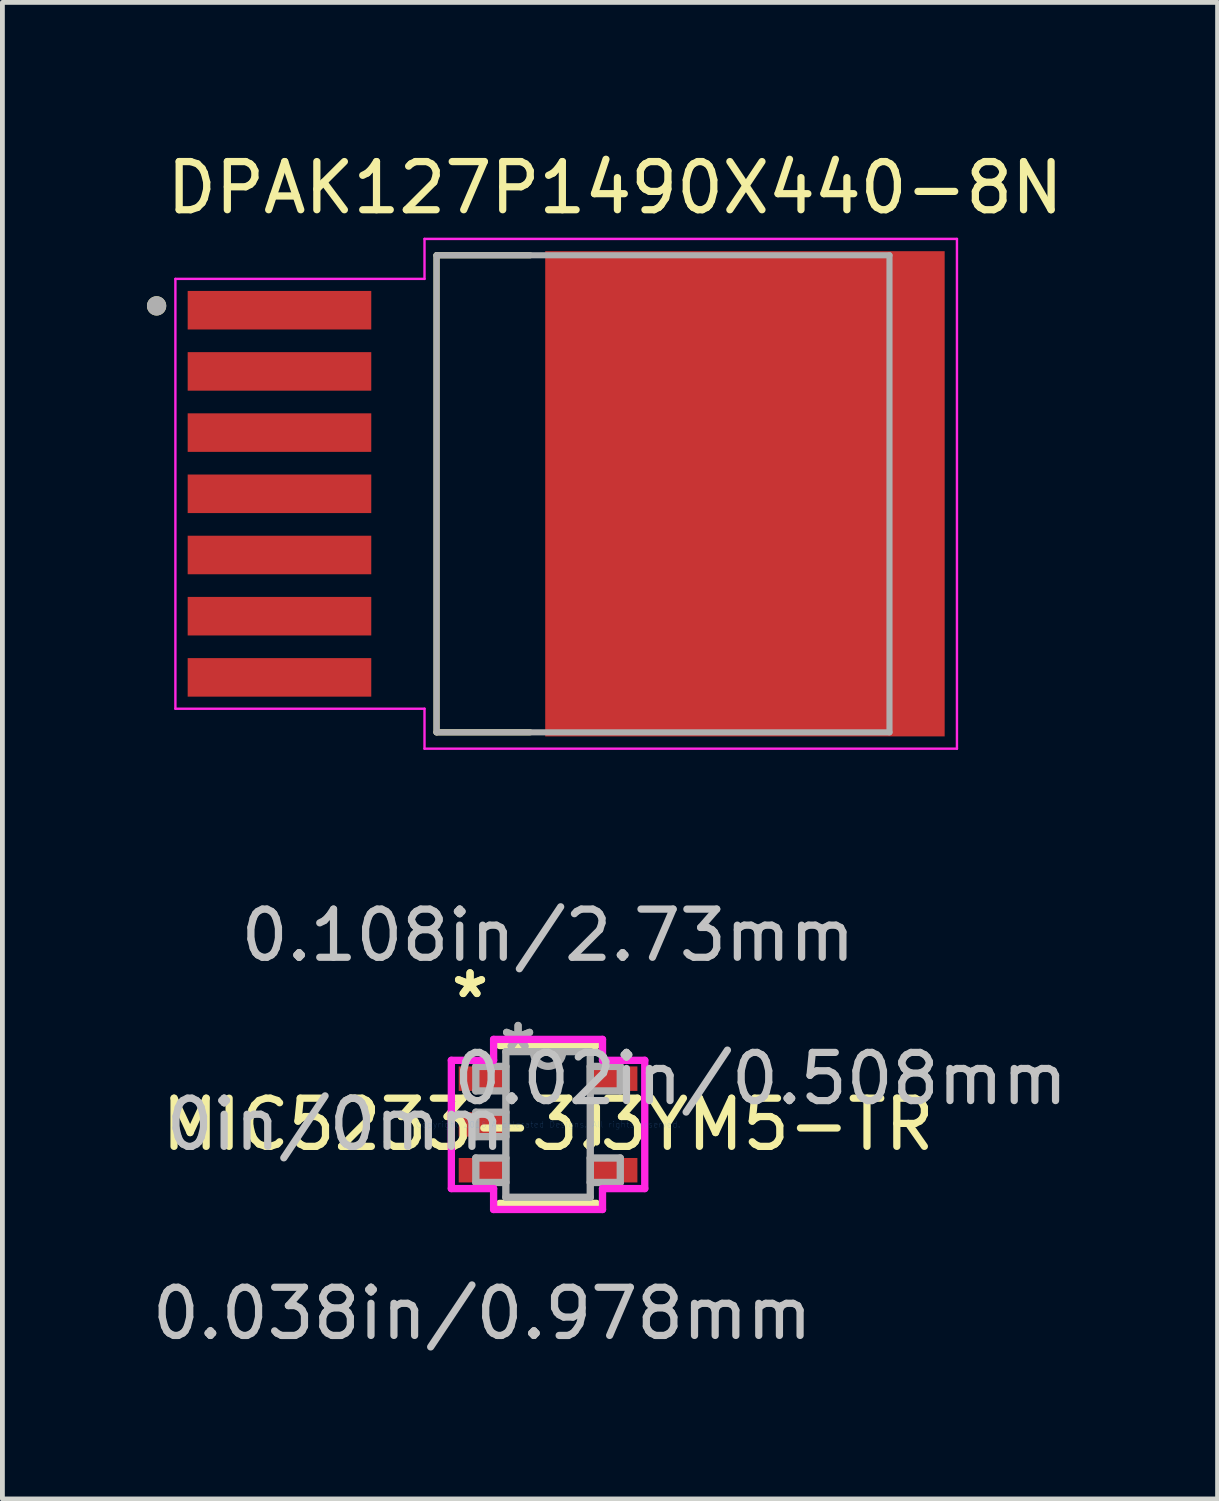
<source format=kicad_pcb>
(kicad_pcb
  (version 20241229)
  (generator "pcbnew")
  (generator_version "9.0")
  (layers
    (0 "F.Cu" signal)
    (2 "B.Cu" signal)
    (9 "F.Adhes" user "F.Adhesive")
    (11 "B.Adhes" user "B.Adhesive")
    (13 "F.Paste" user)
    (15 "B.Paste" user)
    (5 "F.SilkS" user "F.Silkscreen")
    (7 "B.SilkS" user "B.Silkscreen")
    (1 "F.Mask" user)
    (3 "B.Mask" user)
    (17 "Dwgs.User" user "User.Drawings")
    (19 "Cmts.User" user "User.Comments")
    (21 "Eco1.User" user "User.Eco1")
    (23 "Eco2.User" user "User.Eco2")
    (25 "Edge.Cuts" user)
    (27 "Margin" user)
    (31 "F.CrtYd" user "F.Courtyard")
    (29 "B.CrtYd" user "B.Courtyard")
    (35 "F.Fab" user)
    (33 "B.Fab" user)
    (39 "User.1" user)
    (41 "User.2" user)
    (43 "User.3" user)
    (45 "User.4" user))
  (footprint "DPAK127P1490X440-8N"
    (layer "F.Cu")
    (at 8.7 7.198)
    (property "Reference" "DPAK127P1490X440-8N" (at 1.016 -6.35 0) (layer "F.SilkS") (effects (font (size 1 1) (thickness 0.15))))
    (attr smd)
    (fp_line (start -2.69 -4.95) (end -2.69 4.95) (stroke (width 0.127) (type solid)) (layer "F.SilkS"))
    (fp_line (start -2.69 4.95) (end -0.749 4.95) (stroke (width 0.127) (type solid)) (layer "F.SilkS"))
    (fp_line (start -0.749 -4.95) (end -2.69 -4.95) (stroke (width 0.127) (type solid)) (layer "F.SilkS"))
    (fp_circle (center -8.5 -3.9) (end -8.4 -3.9) (stroke (width 0.2) (type solid)) (fill no) (layer "F.SilkS"))
    (fp_poly (pts (xy 0.275 -4.865) (xy 1.625 -4.865) (xy 1.625 -3.215) (xy 0.275 -3.215)) (stroke (width 0.01) (type solid)) (fill yes) (layer "F.Paste"))
    (fp_poly (pts (xy 0.275 -2.845) (xy 1.625 -2.845) (xy 1.625 -1.195) (xy 0.275 -1.195)) (stroke (width 0.01) (type solid)) (fill yes) (layer "F.Paste"))
    (fp_poly (pts (xy 0.275 -0.825) (xy 1.625 -0.825) (xy 1.625 0.825) (xy 0.275 0.825)) (stroke (width 0.01) (type solid)) (fill yes) (layer "F.Paste"))
    (fp_poly (pts (xy 0.275 1.195) (xy 1.625 1.195) (xy 1.625 2.845) (xy 0.275 2.845)) (stroke (width 0.01) (type solid)) (fill yes) (layer "F.Paste"))
    (fp_poly (pts (xy 0.275 3.215) (xy 1.625 3.215) (xy 1.625 4.865) (xy 0.275 4.865)) (stroke (width 0.01) (type solid)) (fill yes) (layer "F.Paste"))
    (fp_poly (pts (xy 3.035 -4.865) (xy 4.385 -4.865) (xy 4.385 -3.215) (xy 3.035 -3.215)) (stroke (width 0.01) (type solid)) (fill yes) (layer "F.Paste"))
    (fp_poly (pts (xy 3.035 -2.845) (xy 4.385 -2.845) (xy 4.385 -1.195) (xy 3.035 -1.195)) (stroke (width 0.01) (type solid)) (fill yes) (layer "F.Paste"))
    (fp_poly (pts (xy 3.035 -0.825) (xy 4.385 -0.825) (xy 4.385 0.825) (xy 3.035 0.825)) (stroke (width 0.01) (type solid)) (fill yes) (layer "F.Paste"))
    (fp_poly (pts (xy 3.035 1.195) (xy 4.385 1.195) (xy 4.385 2.845) (xy 3.035 2.845)) (stroke (width 0.01) (type solid)) (fill yes) (layer "F.Paste"))
    (fp_poly (pts (xy 3.035 3.215) (xy 4.385 3.215) (xy 4.385 4.865) (xy 3.035 4.865)) (stroke (width 0.01) (type solid)) (fill yes) (layer "F.Paste"))
    (fp_poly (pts (xy 5.795 -4.865) (xy 7.145 -4.865) (xy 7.145 -3.215) (xy 5.795 -3.215)) (stroke (width 0.01) (type solid)) (fill yes) (layer "F.Paste"))
    (fp_poly (pts (xy 5.795 -2.845) (xy 7.145 -2.845) (xy 7.145 -1.195) (xy 5.795 -1.195)) (stroke (width 0.01) (type solid)) (fill yes) (layer "F.Paste"))
    (fp_poly (pts (xy 5.795 -0.825) (xy 7.145 -0.825) (xy 7.145 0.825) (xy 5.795 0.825)) (stroke (width 0.01) (type solid)) (fill yes) (layer "F.Paste"))
    (fp_poly (pts (xy 5.795 1.195) (xy 7.145 1.195) (xy 7.145 2.845) (xy 5.795 2.845)) (stroke (width 0.01) (type solid)) (fill yes) (layer "F.Paste"))
    (fp_poly (pts (xy 5.795 3.215) (xy 7.145 3.215) (xy 7.145 4.865) (xy 5.795 4.865)) (stroke (width 0.01) (type solid)) (fill yes) (layer "F.Paste"))
    (fp_line (start -8.11 -4.46) (end -2.94 -4.46) (stroke (width 0.05) (type solid)) (layer "F.CrtYd"))
    (fp_line (start -8.11 4.46) (end -8.11 -4.46) (stroke (width 0.05) (type solid)) (layer "F.CrtYd"))
    (fp_line (start -2.94 -5.29) (end 8.11 -5.29) (stroke (width 0.05) (type solid)) (layer "F.CrtYd"))
    (fp_line (start -2.94 -4.46) (end -2.94 -5.29) (stroke (width 0.05) (type solid)) (layer "F.CrtYd"))
    (fp_line (start -2.94 4.46) (end -8.11 4.46) (stroke (width 0.05) (type solid)) (layer "F.CrtYd"))
    (fp_line (start -2.94 5.29) (end -2.94 4.46) (stroke (width 0.05) (type solid)) (layer "F.CrtYd"))
    (fp_line (start 8.11 -5.29) (end 8.11 5.29) (stroke (width 0.05) (type solid)) (layer "F.CrtYd"))
    (fp_line (start 8.11 5.29) (end -2.94 5.29) (stroke (width 0.05) (type solid)) (layer "F.CrtYd"))
    (fp_line (start -2.69 -4.95) (end 6.71 -4.95) (stroke (width 0.127) (type solid)) (layer "F.Fab"))
    (fp_line (start -2.69 4.95) (end -2.69 -4.95) (stroke (width 0.127) (type solid)) (layer "F.Fab"))
    (fp_line (start 6.71 -4.95) (end 6.71 4.95) (stroke (width 0.127) (type solid)) (layer "F.Fab"))
    (fp_line (start 6.71 4.95) (end -2.69 4.95) (stroke (width 0.127) (type solid)) (layer "F.Fab"))
    (fp_circle (center -8.5 -3.9) (end -8.4 -3.9) (stroke (width 0.2) (type solid)) (fill no) (layer "F.Fab"))
    (pad "1" smd rect (at -5.95 -3.81) (size 3.81 0.8) (layers "F.Cu" "F.Mask" "F.Paste"))
    (pad "2" smd rect (at -5.95 -2.54) (size 3.81 0.8) (layers "F.Cu" "F.Mask" "F.Paste"))
    (pad "3" smd rect (at -5.95 -1.27) (size 3.81 0.8) (layers "F.Cu" "F.Mask" "F.Paste"))
    (pad "4" smd rect (at -5.95 0) (size 3.81 0.8) (layers "F.Cu" "F.Mask" "F.Paste"))
    (pad "5" smd rect (at -5.95 1.27) (size 3.81 0.8) (layers "F.Cu" "F.Mask" "F.Paste"))
    (pad "6" smd rect (at -5.95 2.54) (size 3.81 0.8) (layers "F.Cu" "F.Mask" "F.Paste"))
    (pad "7" smd rect (at -5.95 3.81) (size 3.81 0.8) (layers "F.Cu" "F.Mask" "F.Paste"))
    (pad "8" smd rect (at 3.71 0 270) (size 10.07 8.29) (layers "F.Cu" "F.Mask")))
  (footprint "MIC5233-3.3YM5-TR"
    (layer "F.Cu")
    (at 8.324 20.286)
    (property "Reference" "MIC5233-3.3YM5-TR" (at 0 0 0) (layer "F.SilkS") (effects (font (size 1 1) (thickness 0.15))))
    (attr through_hole)
    (fp_line (start -1.003 1.638) (end 1.003 1.638) (stroke (width 0.152) (type solid)) (layer "F.SilkS"))
    (fp_line (start 1.003 -1.638) (end -1.003 -1.638) (stroke (width 0.152) (type solid)) (layer "F.SilkS"))
    (fp_line (start 1.003 0.363) (end 1.003 -0.363) (stroke (width 0.152) (type solid)) (layer "F.SilkS"))
    (fp_line (start -2.007 -1.331) (end -1.13 -1.331) (stroke (width 0.152) (type solid)) (layer "F.CrtYd"))
    (fp_line (start -2.007 1.331) (end -2.007 -1.331) (stroke (width 0.152) (type solid)) (layer "F.CrtYd"))
    (fp_line (start -1.13 -1.765) (end 1.13 -1.765) (stroke (width 0.152) (type solid)) (layer "F.CrtYd"))
    (fp_line (start -1.13 -1.331) (end -1.13 -1.765) (stroke (width 0.152) (type solid)) (layer "F.CrtYd"))
    (fp_line (start -1.13 1.331) (end -2.007 1.331) (stroke (width 0.152) (type solid)) (layer "F.CrtYd"))
    (fp_line (start -1.13 1.765) (end -1.13 1.331) (stroke (width 0.152) (type solid)) (layer "F.CrtYd"))
    (fp_line (start 1.13 -1.765) (end 1.13 -1.331) (stroke (width 0.152) (type solid)) (layer "F.CrtYd"))
    (fp_line (start 1.13 -1.331) (end 2.007 -1.331) (stroke (width 0.152) (type solid)) (layer "F.CrtYd"))
    (fp_line (start 1.13 1.331) (end 1.13 1.765) (stroke (width 0.152) (type solid)) (layer "F.CrtYd"))
    (fp_line (start 1.13 1.765) (end -1.13 1.765) (stroke (width 0.152) (type solid)) (layer "F.CrtYd"))
    (fp_line (start 2.007 -1.331) (end 2.007 1.331) (stroke (width 0.152) (type solid)) (layer "F.CrtYd"))
    (fp_line (start 2.007 1.331) (end 1.13 1.331) (stroke (width 0.152) (type solid)) (layer "F.CrtYd"))
    (fp_line (start -1.499 -1.204) (end -1.499 -0.696) (stroke (width 0.152) (type solid)) (layer "F.Fab"))
    (fp_line (start -1.499 -0.696) (end -0.876 -0.696) (stroke (width 0.152) (type solid)) (layer "F.Fab"))
    (fp_line (start -1.499 -0.254) (end -1.499 0.254) (stroke (width 0.152) (type solid)) (layer "F.Fab"))
    (fp_line (start -1.499 0.254) (end -0.876 0.254) (stroke (width 0.152) (type solid)) (layer "F.Fab"))
    (fp_line (start -1.499 0.696) (end -1.499 1.204) (stroke (width 0.152) (type solid)) (layer "F.Fab"))
    (fp_line (start -1.499 1.204) (end -0.876 1.204) (stroke (width 0.152) (type solid)) (layer "F.Fab"))
    (fp_line (start -0.876 -1.511) (end -0.876 1.511) (stroke (width 0.152) (type solid)) (layer "F.Fab"))
    (fp_line (start -0.876 -1.204) (end -1.499 -1.204) (stroke (width 0.152) (type solid)) (layer "F.Fab"))
    (fp_line (start -0.876 -0.696) (end -0.876 -1.204) (stroke (width 0.152) (type solid)) (layer "F.Fab"))
    (fp_line (start -0.876 -0.254) (end -1.499 -0.254) (stroke (width 0.152) (type solid)) (layer "F.Fab"))
    (fp_line (start -0.876 0.254) (end -0.876 -0.254) (stroke (width 0.152) (type solid)) (layer "F.Fab"))
    (fp_line (start -0.876 0.696) (end -1.499 0.696) (stroke (width 0.152) (type solid)) (layer "F.Fab"))
    (fp_line (start -0.876 1.204) (end -0.876 0.696) (stroke (width 0.152) (type solid)) (layer "F.Fab"))
    (fp_line (start -0.876 1.511) (end 0.876 1.511) (stroke (width 0.152) (type solid)) (layer "F.Fab"))
    (fp_line (start 0.876 -1.511) (end -0.876 -1.511) (stroke (width 0.152) (type solid)) (layer "F.Fab"))
    (fp_line (start 0.876 -1.204) (end 0.876 -0.696) (stroke (width 0.152) (type solid)) (layer "F.Fab"))
    (fp_line (start 0.876 -0.696) (end 1.499 -0.696) (stroke (width 0.152) (type solid)) (layer "F.Fab"))
    (fp_line (start 0.876 0.696) (end 0.876 1.204) (stroke (width 0.152) (type solid)) (layer "F.Fab"))
    (fp_line (start 0.876 1.204) (end 1.499 1.204) (stroke (width 0.152) (type solid)) (layer "F.Fab"))
    (fp_line (start 0.876 1.511) (end 0.876 -1.511) (stroke (width 0.152) (type solid)) (layer "F.Fab"))
    (fp_line (start 1.499 -1.204) (end 0.876 -1.204) (stroke (width 0.152) (type solid)) (layer "F.Fab"))
    (fp_line (start 1.499 -0.696) (end 1.499 -1.204) (stroke (width 0.152) (type solid)) (layer "F.Fab"))
    (fp_line (start 1.499 0.696) (end 0.876 0.696) (stroke (width 0.152) (type solid)) (layer "F.Fab"))
    (fp_line (start 1.499 1.204) (end 1.499 0.696) (stroke (width 0.152) (type solid)) (layer "F.Fab"))
    (fp_arc (start 0.3048 -1.5113) (mid 0 -1.2065) (end -0.3048 -1.5113) (stroke (width 0.1524) (type solid)) (layer "F.Fab"))
    (fp_text user "*" (at -1.619 -2.601 0) (layer "F.SilkS") (effects (font (size 1 1) (thickness 0.15))))
    (fp_text user "*" (at -1.619 -2.601 0) (layer "F.SilkS") (effects (font (size 1 1) (thickness 0.15))))
    (fp_text user "0.108in/2.73mm" (at 0 -3.924 0) (layer "Dwgs.User") (effects (font (size 1 1) (thickness 0.15))))
    (fp_text user "0.038in/0.978mm" (at -1.365 3.924 0) (layer "Dwgs.User") (effects (font (size 1 1) (thickness 0.15))))
    (fp_text user "0in/0mm" (at -4.413 0 0) (layer "Dwgs.User") (effects (font (size 1 1) (thickness 0.15))))
    (fp_text user "0.02in/0.508mm" (at 4.413 -0.95 0) (layer "Dwgs.User") (effects (font (size 1 1) (thickness 0.15))))
    (fp_text user "Copyright 2016 Accelerated Designs. All rights reserved." (at 0 0 0) (layer "Cmts.User") (effects (font (size 0.127 0.127) (thickness 0.002))))
    (fp_text user "*" (at -0.622 -1.509 0) (layer "F.Fab") (effects (font (size 1 1) (thickness 0.15))))
    (fp_text user "*" (at -0.622 -1.509 0) (layer "F.Fab") (effects (font (size 1 1) (thickness 0.15))))
    (pad "1" smd rect (at -1.365 -0.95) (size 0.978 0.508) (layers "F.Cu" "F.Mask" "F.Paste"))
    (pad "2" smd rect (at -1.365 0) (size 0.978 0.508) (layers "F.Cu" "F.Mask" "F.Paste"))
    (pad "3" smd rect (at -1.365 0.95) (size 0.978 0.508) (layers "F.Cu" "F.Mask" "F.Paste"))
    (pad "4" smd rect (at 1.365 0.95) (size 0.978 0.508) (layers "F.Cu" "F.Mask" "F.Paste"))
    (pad "5" smd rect (at 1.365 -0.95) (size 0.978 0.508) (layers "F.Cu" "F.Mask" "F.Paste")))
  (gr_rect
    (start -3 -3)
    (end 22.219 28.058)
    (stroke (width 0.1) (type default))
    (fill no)
    (layer "Edge.Cuts")))
</source>
